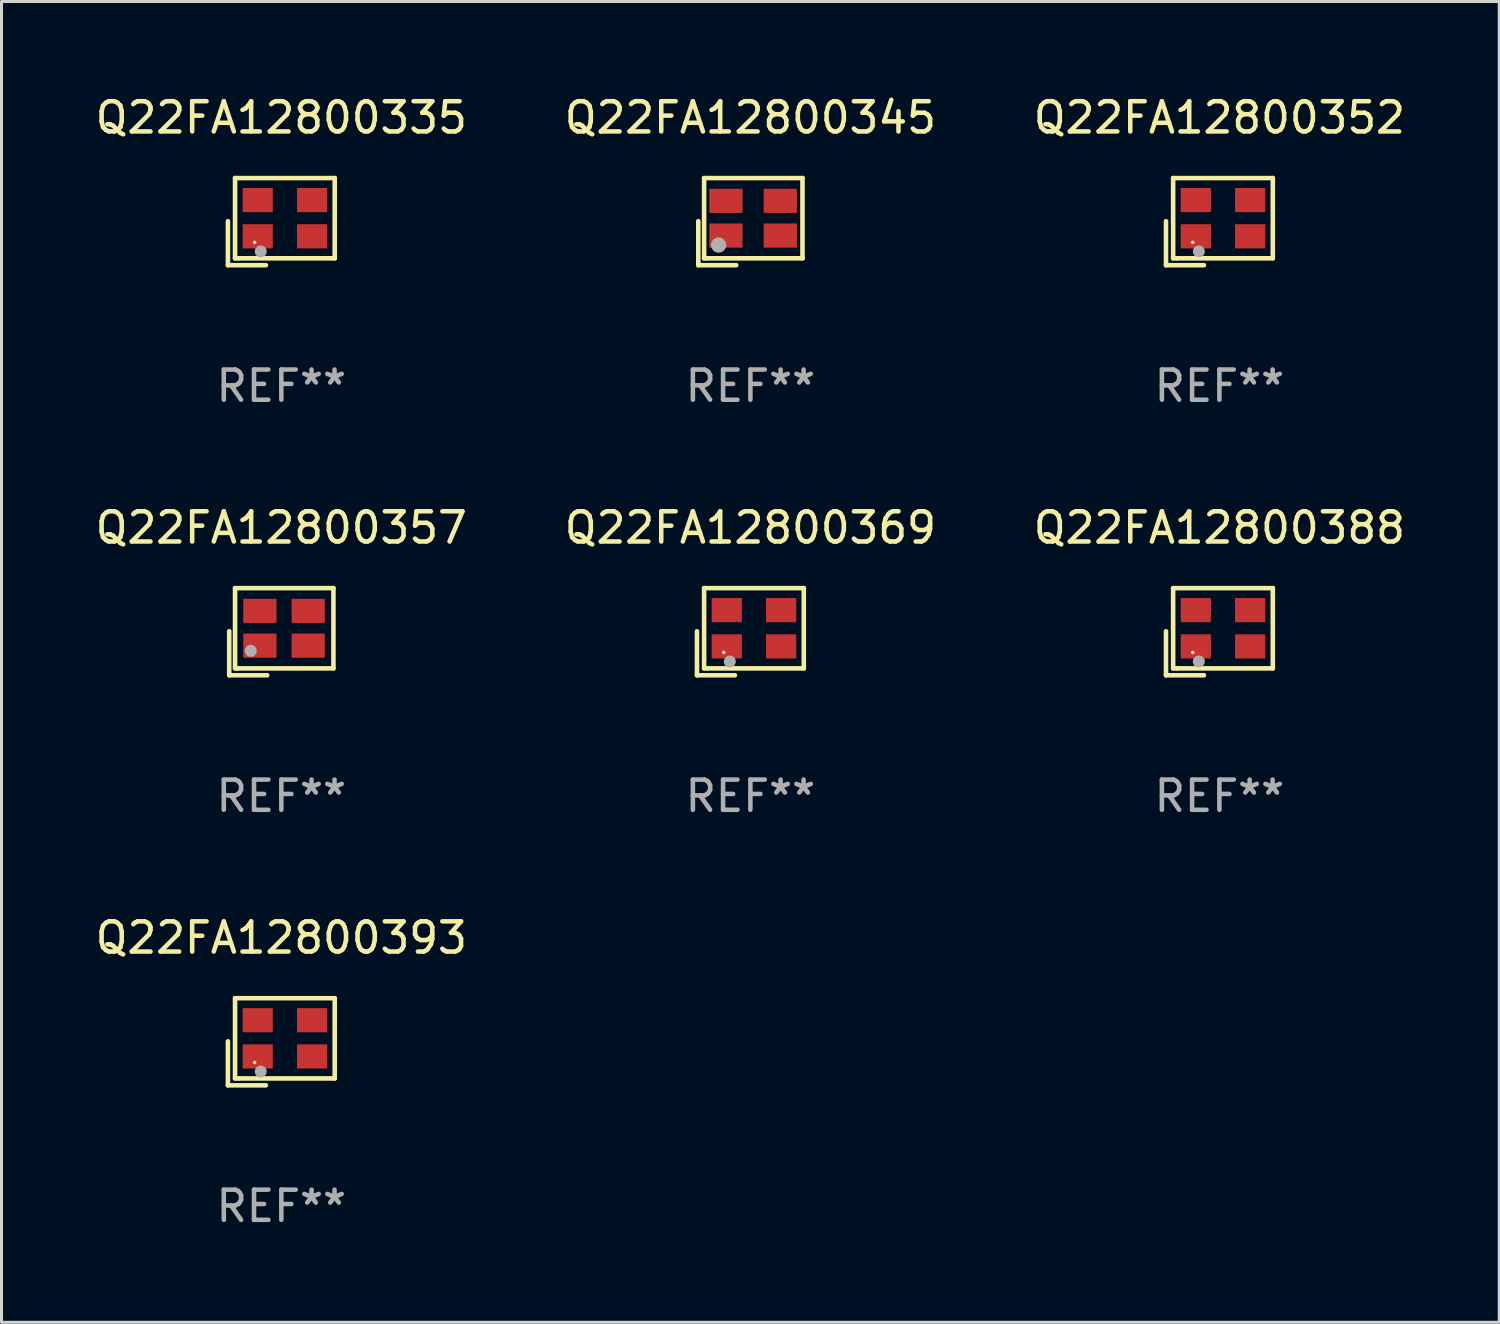
<source format=kicad_pcb>
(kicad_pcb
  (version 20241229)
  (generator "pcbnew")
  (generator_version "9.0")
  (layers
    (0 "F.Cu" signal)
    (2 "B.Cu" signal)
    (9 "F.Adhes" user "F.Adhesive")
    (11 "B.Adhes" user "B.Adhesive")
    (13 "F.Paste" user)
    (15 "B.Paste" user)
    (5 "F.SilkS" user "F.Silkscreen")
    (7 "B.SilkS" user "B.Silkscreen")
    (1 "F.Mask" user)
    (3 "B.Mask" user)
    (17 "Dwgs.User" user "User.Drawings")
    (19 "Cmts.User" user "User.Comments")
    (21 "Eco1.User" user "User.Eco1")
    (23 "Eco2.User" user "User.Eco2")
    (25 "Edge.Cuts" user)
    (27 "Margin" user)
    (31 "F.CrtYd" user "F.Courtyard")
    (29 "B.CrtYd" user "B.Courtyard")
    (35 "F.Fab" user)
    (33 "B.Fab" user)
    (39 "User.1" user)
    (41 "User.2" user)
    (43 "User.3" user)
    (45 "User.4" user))
  (footprint "Q22FA12800352"
    (layer "F.Cu")
    (at 37.339 4.291)
    (property "Reference" "Q22FA12800352" (at 0 -3.443 0) (layer "F.SilkS") (effects (font (size 1 1) (thickness 0.15))))
    (attr through_hole)
    (fp_line (start -1.769 -0.014) (end -1.769 1.443) (stroke (width 0.152) (type solid)) (layer "F.SilkS"))
    (fp_line (start -1.769 1.443) (end -0.512 1.443) (stroke (width 0.152) (type solid)) (layer "F.SilkS"))
    (fp_line (start -1.533 -1.443) (end 1.769 -1.443) (stroke (width 0.152) (type solid)) (layer "F.SilkS"))
    (fp_line (start -1.533 1.214) (end -1.533 -1.443) (stroke (width 0.152) (type solid)) (layer "F.SilkS"))
    (fp_line (start -1.411 1.214) (end -1.533 1.214) (stroke (width 0.152) (type solid)) (layer "F.SilkS"))
    (fp_line (start 1.769 -1.443) (end 1.769 1.214) (stroke (width 0.152) (type solid)) (layer "F.SilkS"))
    (fp_line (start 1.769 1.214) (end -1.411 1.214) (stroke (width 0.152) (type solid)) (layer "F.SilkS"))
    (fp_circle (center -0.882 0.686) (end -0.852 0.686) (stroke (width 0.06) (type solid)) (fill no) (layer "F.SilkS"))
    (fp_circle (center -0.682 0.986) (end -0.582 0.986) (stroke (width 0.2) (type solid)) (fill no) (layer "F.Fab"))
    (fp_text user "REF**" (at 0 5.443 0) (layer "F.Fab") (effects (font (size 1 1) (thickness 0.15))))
    (pad "1" smd rect (at -0.782 0.486 90) (size 0.8 1) (layers "F.Cu" "F.Mask" "F.Paste"))
    (pad "2" smd rect (at 1.018 0.486 90) (size 0.8 1) (layers "F.Cu" "F.Mask" "F.Paste"))
    (pad "3" smd rect (at 1.018 -0.714 90) (size 0.8 1) (layers "F.Cu" "F.Mask" "F.Paste"))
    (pad "4" smd rect (at -0.782 -0.714 90) (size 0.8 1) (layers "F.Cu" "F.Mask" "F.Paste")))
  (footprint "Q22FA12800369"
    (layer "F.Cu")
    (at 21.804 17.873)
    (property "Reference" "Q22FA12800369" (at 0 -3.443 0) (layer "F.SilkS") (effects (font (size 1 1) (thickness 0.15))))
    (attr through_hole)
    (fp_line (start -1.769 -0.014) (end -1.769 1.443) (stroke (width 0.152) (type solid)) (layer "F.SilkS"))
    (fp_line (start -1.769 1.443) (end -0.512 1.443) (stroke (width 0.152) (type solid)) (layer "F.SilkS"))
    (fp_line (start -1.533 -1.443) (end 1.769 -1.443) (stroke (width 0.152) (type solid)) (layer "F.SilkS"))
    (fp_line (start -1.533 1.214) (end -1.533 -1.443) (stroke (width 0.152) (type solid)) (layer "F.SilkS"))
    (fp_line (start -1.411 1.214) (end -1.533 1.214) (stroke (width 0.152) (type solid)) (layer "F.SilkS"))
    (fp_line (start 1.769 -1.443) (end 1.769 1.214) (stroke (width 0.152) (type solid)) (layer "F.SilkS"))
    (fp_line (start 1.769 1.214) (end -1.411 1.214) (stroke (width 0.152) (type solid)) (layer "F.SilkS"))
    (fp_circle (center -0.882 0.686) (end -0.852 0.686) (stroke (width 0.06) (type solid)) (fill no) (layer "F.SilkS"))
    (fp_circle (center -0.682 0.986) (end -0.582 0.986) (stroke (width 0.2) (type solid)) (fill no) (layer "F.Fab"))
    (fp_text user "REF**" (at 0 5.443 0) (layer "F.Fab") (effects (font (size 1 1) (thickness 0.15))))
    (pad "1" smd rect (at -0.782 0.486 90) (size 0.8 1) (layers "F.Cu" "F.Mask" "F.Paste"))
    (pad "2" smd rect (at 1.018 0.486 90) (size 0.8 1) (layers "F.Cu" "F.Mask" "F.Paste"))
    (pad "3" smd rect (at 1.018 -0.714 90) (size 0.8 1) (layers "F.Cu" "F.Mask" "F.Paste"))
    (pad "4" smd rect (at -0.782 -0.714 90) (size 0.8 1) (layers "F.Cu" "F.Mask" "F.Paste")))
  (footprint "Q22FA12800345"
    (layer "F.Cu")
    (at 21.804 4.291)
    (property "Reference" "Q22FA12800345" (at 0 -3.443 0) (layer "F.SilkS") (effects (font (size 1 1) (thickness 0.15))))
    (attr through_hole)
    (fp_line (start -1.726 -0.015) (end -1.726 1.443) (stroke (width 0.152) (type solid)) (layer "F.SilkS"))
    (fp_line (start -1.726 1.443) (end -0.469 1.443) (stroke (width 0.152) (type solid)) (layer "F.SilkS"))
    (fp_line (start -1.533 -1.443) (end 1.726 -1.443) (stroke (width 0.152) (type solid)) (layer "F.SilkS"))
    (fp_line (start -1.533 1.214) (end -1.533 -1.443) (stroke (width 0.152) (type solid)) (layer "F.SilkS"))
    (fp_line (start -1.439 1.214) (end -1.533 1.214) (stroke (width 0.152) (type solid)) (layer "F.SilkS"))
    (fp_line (start 1.726 -1.443) (end 1.726 1.214) (stroke (width 0.152) (type solid)) (layer "F.SilkS"))
    (fp_line (start 1.726 1.214) (end -1.439 1.214) (stroke (width 0.152) (type solid)) (layer "F.SilkS"))
    (fp_circle (center -0.91 0.686) (end -0.88 0.686) (stroke (width 0.06) (type solid)) (fill no) (layer "F.SilkS"))
    (fp_circle (center -1.053 0.775) (end -0.926 0.775) (stroke (width 0.254) (type solid)) (fill no) (layer "F.Fab"))
    (fp_text user "REF**" (at 0 5.443 0) (layer "F.Fab") (effects (font (size 1 1) (thickness 0.15))))
    (pad "1" smd rect (at -0.81 0.461) (size 1.1 0.8) (layers "F.Cu" "F.Mask" "F.Paste"))
    (pad "2" smd rect (at 0.99 0.461) (size 1.1 0.8) (layers "F.Cu" "F.Mask" "F.Paste"))
    (pad "3" smd rect (at 0.99 -0.689) (size 1.1 0.8) (layers "F.Cu" "F.Mask" "F.Paste"))
    (pad "4" smd rect (at -0.81 -0.689) (size 1.1 0.8) (layers "F.Cu" "F.Mask" "F.Paste")))
  (footprint "Q22FA12800388"
    (layer "F.Cu")
    (at 37.339 17.873)
    (property "Reference" "Q22FA12800388" (at 0 -3.443 0) (layer "F.SilkS") (effects (font (size 1 1) (thickness 0.15))))
    (attr through_hole)
    (fp_line (start -1.769 -0.014) (end -1.769 1.443) (stroke (width 0.152) (type solid)) (layer "F.SilkS"))
    (fp_line (start -1.769 1.443) (end -0.512 1.443) (stroke (width 0.152) (type solid)) (layer "F.SilkS"))
    (fp_line (start -1.533 -1.443) (end 1.769 -1.443) (stroke (width 0.152) (type solid)) (layer "F.SilkS"))
    (fp_line (start -1.533 1.214) (end -1.533 -1.443) (stroke (width 0.152) (type solid)) (layer "F.SilkS"))
    (fp_line (start -1.411 1.214) (end -1.533 1.214) (stroke (width 0.152) (type solid)) (layer "F.SilkS"))
    (fp_line (start 1.769 -1.443) (end 1.769 1.214) (stroke (width 0.152) (type solid)) (layer "F.SilkS"))
    (fp_line (start 1.769 1.214) (end -1.411 1.214) (stroke (width 0.152) (type solid)) (layer "F.SilkS"))
    (fp_circle (center -0.882 0.686) (end -0.852 0.686) (stroke (width 0.06) (type solid)) (fill no) (layer "F.SilkS"))
    (fp_circle (center -0.682 0.986) (end -0.582 0.986) (stroke (width 0.2) (type solid)) (fill no) (layer "F.Fab"))
    (fp_text user "REF**" (at 0 5.443 0) (layer "F.Fab") (effects (font (size 1 1) (thickness 0.15))))
    (pad "1" smd rect (at -0.782 0.486 90) (size 0.8 1) (layers "F.Cu" "F.Mask" "F.Paste"))
    (pad "2" smd rect (at 1.018 0.486 90) (size 0.8 1) (layers "F.Cu" "F.Mask" "F.Paste"))
    (pad "3" smd rect (at 1.018 -0.714 90) (size 0.8 1) (layers "F.Cu" "F.Mask" "F.Paste"))
    (pad "4" smd rect (at -0.782 -0.714 90) (size 0.8 1) (layers "F.Cu" "F.Mask" "F.Paste")))
  (footprint "Q22FA12800393"
    (layer "F.Cu")
    (at 6.268 31.455)
    (property "Reference" "Q22FA12800393" (at 0 -3.443 0) (layer "F.SilkS") (effects (font (size 1 1) (thickness 0.15))))
    (attr through_hole)
    (fp_line (start -1.769 -0.014) (end -1.769 1.443) (stroke (width 0.152) (type solid)) (layer "F.SilkS"))
    (fp_line (start -1.769 1.443) (end -0.512 1.443) (stroke (width 0.152) (type solid)) (layer "F.SilkS"))
    (fp_line (start -1.533 -1.443) (end 1.769 -1.443) (stroke (width 0.152) (type solid)) (layer "F.SilkS"))
    (fp_line (start -1.533 1.214) (end -1.533 -1.443) (stroke (width 0.152) (type solid)) (layer "F.SilkS"))
    (fp_line (start -1.411 1.214) (end -1.533 1.214) (stroke (width 0.152) (type solid)) (layer "F.SilkS"))
    (fp_line (start 1.769 -1.443) (end 1.769 1.214) (stroke (width 0.152) (type solid)) (layer "F.SilkS"))
    (fp_line (start 1.769 1.214) (end -1.411 1.214) (stroke (width 0.152) (type solid)) (layer "F.SilkS"))
    (fp_circle (center -0.882 0.686) (end -0.852 0.686) (stroke (width 0.06) (type solid)) (fill no) (layer "F.SilkS"))
    (fp_circle (center -0.682 0.986) (end -0.582 0.986) (stroke (width 0.2) (type solid)) (fill no) (layer "F.Fab"))
    (fp_text user "REF**" (at 0 5.443 0) (layer "F.Fab") (effects (font (size 1 1) (thickness 0.15))))
    (pad "1" smd rect (at -0.782 0.486 90) (size 0.8 1) (layers "F.Cu" "F.Mask" "F.Paste"))
    (pad "2" smd rect (at 1.018 0.486 90) (size 0.8 1) (layers "F.Cu" "F.Mask" "F.Paste"))
    (pad "3" smd rect (at 1.018 -0.714 90) (size 0.8 1) (layers "F.Cu" "F.Mask" "F.Paste"))
    (pad "4" smd rect (at -0.782 -0.714 90) (size 0.8 1) (layers "F.Cu" "F.Mask" "F.Paste")))
  (footprint "Q22FA12800335"
    (layer "F.Cu")
    (at 6.268 4.291)
    (property "Reference" "Q22FA12800335" (at 0 -3.443 0) (layer "F.SilkS") (effects (font (size 1 1) (thickness 0.15))))
    (attr through_hole)
    (fp_line (start -1.769 -0.014) (end -1.769 1.443) (stroke (width 0.152) (type solid)) (layer "F.SilkS"))
    (fp_line (start -1.769 1.443) (end -0.512 1.443) (stroke (width 0.152) (type solid)) (layer "F.SilkS"))
    (fp_line (start -1.533 -1.443) (end 1.769 -1.443) (stroke (width 0.152) (type solid)) (layer "F.SilkS"))
    (fp_line (start -1.533 1.214) (end -1.533 -1.443) (stroke (width 0.152) (type solid)) (layer "F.SilkS"))
    (fp_line (start -1.411 1.214) (end -1.533 1.214) (stroke (width 0.152) (type solid)) (layer "F.SilkS"))
    (fp_line (start 1.769 -1.443) (end 1.769 1.214) (stroke (width 0.152) (type solid)) (layer "F.SilkS"))
    (fp_line (start 1.769 1.214) (end -1.411 1.214) (stroke (width 0.152) (type solid)) (layer "F.SilkS"))
    (fp_circle (center -0.882 0.686) (end -0.852 0.686) (stroke (width 0.06) (type solid)) (fill no) (layer "F.SilkS"))
    (fp_circle (center -0.682 0.986) (end -0.582 0.986) (stroke (width 0.2) (type solid)) (fill no) (layer "F.Fab"))
    (fp_text user "REF**" (at 0 5.443 0) (layer "F.Fab") (effects (font (size 1 1) (thickness 0.15))))
    (pad "1" smd rect (at -0.782 0.486 90) (size 0.8 1) (layers "F.Cu" "F.Mask" "F.Paste"))
    (pad "2" smd rect (at 1.018 0.486 90) (size 0.8 1) (layers "F.Cu" "F.Mask" "F.Paste"))
    (pad "3" smd rect (at 1.018 -0.714 90) (size 0.8 1) (layers "F.Cu" "F.Mask" "F.Paste"))
    (pad "4" smd rect (at -0.782 -0.714 90) (size 0.8 1) (layers "F.Cu" "F.Mask" "F.Paste")))
  (footprint "Q22FA12800357"
    (layer "F.Cu")
    (at 6.268 17.873)
    (property "Reference" "Q22FA12800357" (at 0 -3.443 0) (layer "F.SilkS") (effects (font (size 1 1) (thickness 0.15))))
    (attr through_hole)
    (fp_line (start -1.726 -0.015) (end -1.726 1.443) (stroke (width 0.152) (type solid)) (layer "F.SilkS"))
    (fp_line (start -1.726 1.443) (end -0.469 1.443) (stroke (width 0.152) (type solid)) (layer "F.SilkS"))
    (fp_line (start -1.533 -1.443) (end 1.726 -1.443) (stroke (width 0.152) (type solid)) (layer "F.SilkS"))
    (fp_line (start -1.533 1.214) (end -1.533 -1.443) (stroke (width 0.152) (type solid)) (layer "F.SilkS"))
    (fp_line (start -1.439 1.214) (end -1.533 1.214) (stroke (width 0.152) (type solid)) (layer "F.SilkS"))
    (fp_line (start 1.726 -1.443) (end 1.726 1.214) (stroke (width 0.152) (type solid)) (layer "F.SilkS"))
    (fp_line (start 1.726 1.214) (end -1.439 1.214) (stroke (width 0.152) (type solid)) (layer "F.SilkS"))
    (fp_circle (center -0.91 0.686) (end -0.88 0.686) (stroke (width 0.06) (type solid)) (fill no) (layer "F.SilkS"))
    (fp_circle (center -1.014 0.633) (end -0.914 0.633) (stroke (width 0.2) (type solid)) (fill no) (layer "F.Fab"))
    (fp_text user "REF**" (at 0 5.443 0) (layer "F.Fab") (effects (font (size 1 1) (thickness 0.15))))
    (pad "1" smd rect (at -0.71 0.461) (size 1.1 0.8) (layers "F.Cu" "F.Mask" "F.Paste"))
    (pad "2" smd rect (at 0.89 0.461) (size 1.1 0.8) (layers "F.Cu" "F.Mask" "F.Paste"))
    (pad "3" smd rect (at 0.89 -0.689) (size 1.1 0.8) (layers "F.Cu" "F.Mask" "F.Paste"))
    (pad "4" smd rect (at -0.71 -0.689) (size 1.1 0.8) (layers "F.Cu" "F.Mask" "F.Paste")))
  (gr_rect
    (start -3 -3)
    (end 46.607 40.746)
    (stroke (width 0.1) (type default))
    (fill no)
    (layer "Edge.Cuts")))
</source>
